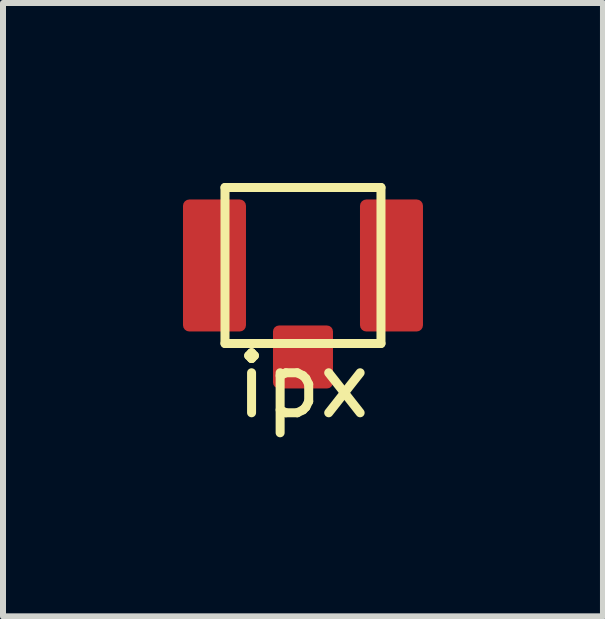
<source format=kicad_pcb>
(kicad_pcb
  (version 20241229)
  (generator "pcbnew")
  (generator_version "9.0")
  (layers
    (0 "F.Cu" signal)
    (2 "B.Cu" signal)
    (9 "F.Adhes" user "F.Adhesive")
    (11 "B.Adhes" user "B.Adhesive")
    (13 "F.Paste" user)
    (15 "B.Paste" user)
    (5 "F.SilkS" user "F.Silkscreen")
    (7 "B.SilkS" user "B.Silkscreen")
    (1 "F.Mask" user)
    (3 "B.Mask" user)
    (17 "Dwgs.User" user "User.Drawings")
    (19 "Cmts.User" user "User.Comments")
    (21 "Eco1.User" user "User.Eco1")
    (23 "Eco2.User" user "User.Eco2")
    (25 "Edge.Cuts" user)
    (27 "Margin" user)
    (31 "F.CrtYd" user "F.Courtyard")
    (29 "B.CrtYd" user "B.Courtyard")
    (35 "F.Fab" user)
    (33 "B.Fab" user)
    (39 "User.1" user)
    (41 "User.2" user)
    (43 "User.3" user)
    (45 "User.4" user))
  (footprint "ipx"
    (layer "F.Cu")
    (at 2 1.375)
    (property "Reference" "ipx" (at 0 2 0) (layer "F.SilkS") (effects (font (size 1 1) (thickness 0.15))))
    (attr through_hole)
    (fp_line (start -1.3 -1.3) (end -1.3 1.3) (stroke (width 0.15) (type solid)) (layer "F.SilkS"))
    (fp_line (start -1.3 -1.3) (end 1.3 -1.3) (stroke (width 0.15) (type solid)) (layer "F.SilkS"))
    (fp_line (start 1.3 1.3) (end -1.3 1.3) (stroke (width 0.15) (type solid)) (layer "F.SilkS"))
    (fp_line (start 1.3 1.3) (end 1.3 -1.3) (stroke (width 0.15) (type solid)) (layer "F.SilkS"))
    (pad "1" smd roundrect (at 0 1.525) (size 1 1.05) (layers "F.Cu" "F.Mask" "F.Paste") (roundrect_rratio 0.1))
    (pad "2" smd roundrect (at -1.475 0) (size 1.05 2.2) (layers "F.Cu" "F.Mask" "F.Paste") (roundrect_rratio 0.1))
    (pad "2" smd roundrect (at 1.475 0) (size 1.05 2.2) (layers "F.Cu" "F.Mask" "F.Paste") (roundrect_rratio 0.1)))
  (gr_rect
    (start -3 -3)
    (end 7 7.223)
    (stroke (width 0.1) (type default))
    (fill no)
    (layer "Edge.Cuts")))
</source>
